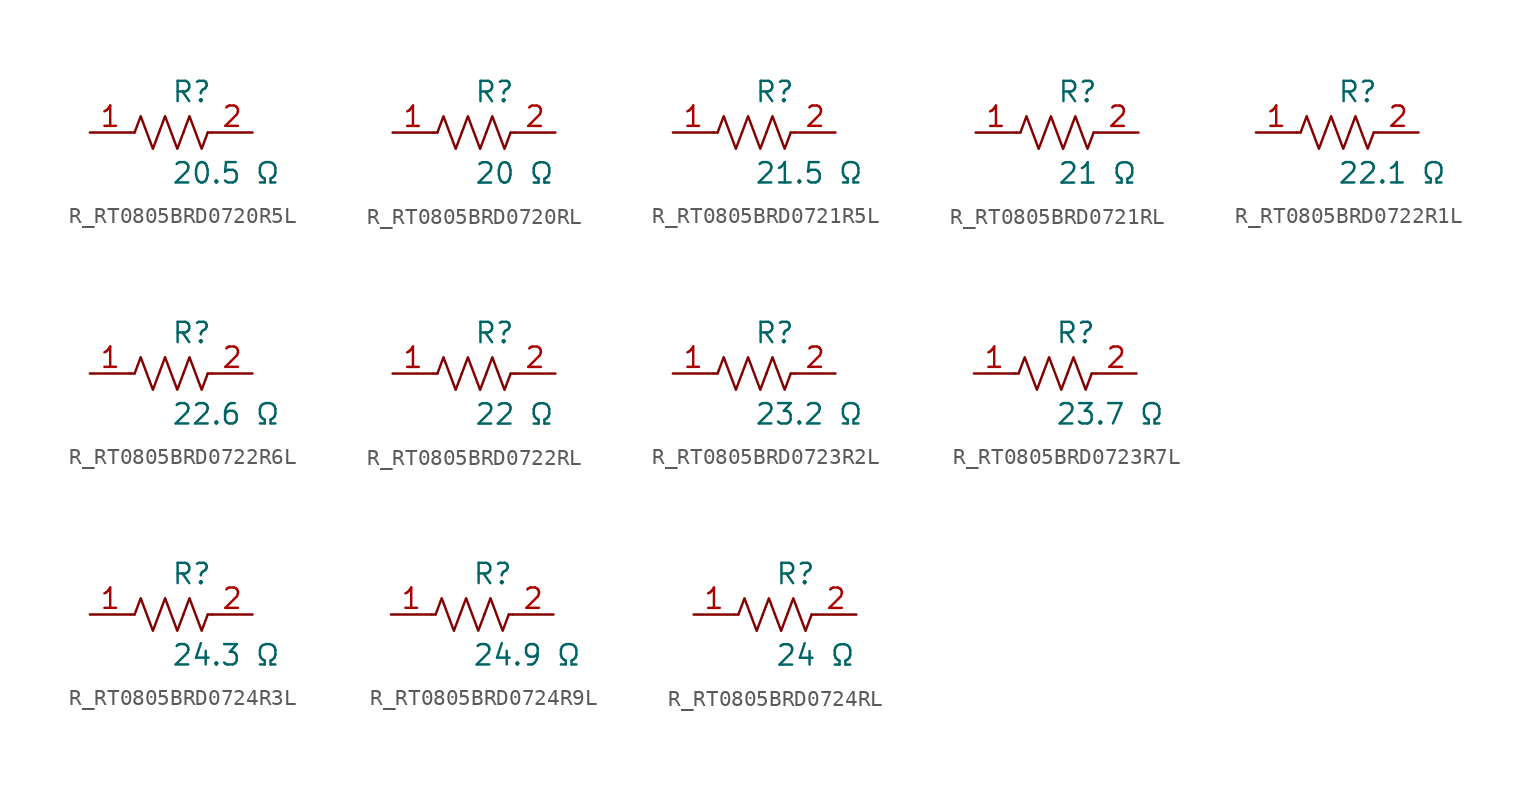
<source format=kicad_sym>
(kicad_symbol_lib
  (version 20231120)
  (generator kicad_symbol_editor)
  (generator_version 8.0)
  (symbol "R_RT0805BRD0720R5L"
    (pin_names
      (offset 0.254))
    (property "Reference" "R"
      (at 0.0 2.54 0)
      (effects (font (size 1.27 1.27)) (justify left)))
    (property "Value" "20.5 Ω"
      (at 0.0 -2.54 0)
      (effects (font (size 1.27 1.27)) (justify left)))
    (symbol "R_RT0805BRD0720R5L_0_1"
      (polyline (pts (xy 2.286 0) (xy 2.54 0)) (stroke (width 0) (type default)) (fill (type none)))
      (polyline (pts (xy -2.286 0) (xy -2.54 0)) (stroke (width 0) (type default)) (fill (type none)))
      (polyline (pts (xy 0.762 0) (xy 1.143 1.016) (xy 1.524 0) (xy 1.905 -1.016) (xy 2.286 0)) (stroke (width 0) (type default)) (fill (type none)))
      (polyline (pts (xy -0.762 0) (xy -0.381 1.016) (xy 0 0) (xy 0.381 -1.016) (xy 0.762 0)) (stroke (width 0) (type default)) (fill (type none)))
      (polyline (pts (xy -2.286 0) (xy -1.905 1.016) (xy -1.524 0) (xy -1.143 -1.016) (xy -0.762 0)) (stroke (width 0) (type default)) (fill (type none))))
    (pin unspecified line
      (at -5.08 0 0)
      (length 2.54)
      (name "" (effects (font (size 1.27 1.27))))
      (number "1" (effects (font (size 1.27 1.27)))))
    (pin unspecified line
      (at 5.08 0 180)
      (length 2.54)
      (name "" (effects (font (size 1.27 1.27))))
      (number "2" (effects (font (size 1.27 1.27))))))
  (symbol "R_RT0805BRD0720RL"
    (pin_names
      (offset 0.254))
    (property "Reference" "R"
      (at 0.0 2.54 0)
      (effects (font (size 1.27 1.27)) (justify left)))
    (property "Value" "20 Ω"
      (at 0.0 -2.54 0)
      (effects (font (size 1.27 1.27)) (justify left)))
    (symbol "R_RT0805BRD0720RL_0_1"
      (polyline (pts (xy 2.286 0) (xy 2.54 0)) (stroke (width 0) (type default)) (fill (type none)))
      (polyline (pts (xy -2.286 0) (xy -2.54 0)) (stroke (width 0) (type default)) (fill (type none)))
      (polyline (pts (xy 0.762 0) (xy 1.143 1.016) (xy 1.524 0) (xy 1.905 -1.016) (xy 2.286 0)) (stroke (width 0) (type default)) (fill (type none)))
      (polyline (pts (xy -0.762 0) (xy -0.381 1.016) (xy 0 0) (xy 0.381 -1.016) (xy 0.762 0)) (stroke (width 0) (type default)) (fill (type none)))
      (polyline (pts (xy -2.286 0) (xy -1.905 1.016) (xy -1.524 0) (xy -1.143 -1.016) (xy -0.762 0)) (stroke (width 0) (type default)) (fill (type none))))
    (pin unspecified line
      (at -5.08 0 0)
      (length 2.54)
      (name "" (effects (font (size 1.27 1.27))))
      (number "1" (effects (font (size 1.27 1.27)))))
    (pin unspecified line
      (at 5.08 0 180)
      (length 2.54)
      (name "" (effects (font (size 1.27 1.27))))
      (number "2" (effects (font (size 1.27 1.27))))))
  (symbol "R_RT0805BRD0721R5L"
    (pin_names
      (offset 0.254))
    (property "Reference" "R"
      (at 0.0 2.54 0)
      (effects (font (size 1.27 1.27)) (justify left)))
    (property "Value" "21.5 Ω"
      (at 0.0 -2.54 0)
      (effects (font (size 1.27 1.27)) (justify left)))
    (symbol "R_RT0805BRD0721R5L_0_1"
      (polyline (pts (xy 2.286 0) (xy 2.54 0)) (stroke (width 0) (type default)) (fill (type none)))
      (polyline (pts (xy -2.286 0) (xy -2.54 0)) (stroke (width 0) (type default)) (fill (type none)))
      (polyline (pts (xy 0.762 0) (xy 1.143 1.016) (xy 1.524 0) (xy 1.905 -1.016) (xy 2.286 0)) (stroke (width 0) (type default)) (fill (type none)))
      (polyline (pts (xy -0.762 0) (xy -0.381 1.016) (xy 0 0) (xy 0.381 -1.016) (xy 0.762 0)) (stroke (width 0) (type default)) (fill (type none)))
      (polyline (pts (xy -2.286 0) (xy -1.905 1.016) (xy -1.524 0) (xy -1.143 -1.016) (xy -0.762 0)) (stroke (width 0) (type default)) (fill (type none))))
    (pin unspecified line
      (at -5.08 0 0)
      (length 2.54)
      (name "" (effects (font (size 1.27 1.27))))
      (number "1" (effects (font (size 1.27 1.27)))))
    (pin unspecified line
      (at 5.08 0 180)
      (length 2.54)
      (name "" (effects (font (size 1.27 1.27))))
      (number "2" (effects (font (size 1.27 1.27))))))
  (symbol "R_RT0805BRD0721RL"
    (pin_names
      (offset 0.254))
    (property "Reference" "R"
      (at 0.0 2.54 0)
      (effects (font (size 1.27 1.27)) (justify left)))
    (property "Value" "21 Ω"
      (at 0.0 -2.54 0)
      (effects (font (size 1.27 1.27)) (justify left)))
    (symbol "R_RT0805BRD0721RL_0_1"
      (polyline (pts (xy 2.286 0) (xy 2.54 0)) (stroke (width 0) (type default)) (fill (type none)))
      (polyline (pts (xy -2.286 0) (xy -2.54 0)) (stroke (width 0) (type default)) (fill (type none)))
      (polyline (pts (xy 0.762 0) (xy 1.143 1.016) (xy 1.524 0) (xy 1.905 -1.016) (xy 2.286 0)) (stroke (width 0) (type default)) (fill (type none)))
      (polyline (pts (xy -0.762 0) (xy -0.381 1.016) (xy 0 0) (xy 0.381 -1.016) (xy 0.762 0)) (stroke (width 0) (type default)) (fill (type none)))
      (polyline (pts (xy -2.286 0) (xy -1.905 1.016) (xy -1.524 0) (xy -1.143 -1.016) (xy -0.762 0)) (stroke (width 0) (type default)) (fill (type none))))
    (pin unspecified line
      (at -5.08 0 0)
      (length 2.54)
      (name "" (effects (font (size 1.27 1.27))))
      (number "1" (effects (font (size 1.27 1.27)))))
    (pin unspecified line
      (at 5.08 0 180)
      (length 2.54)
      (name "" (effects (font (size 1.27 1.27))))
      (number "2" (effects (font (size 1.27 1.27))))))
  (symbol "R_RT0805BRD0722R1L"
    (pin_names
      (offset 0.254))
    (property "Reference" "R"
      (at 0.0 2.54 0)
      (effects (font (size 1.27 1.27)) (justify left)))
    (property "Value" "22.1 Ω"
      (at 0.0 -2.54 0)
      (effects (font (size 1.27 1.27)) (justify left)))
    (symbol "R_RT0805BRD0722R1L_0_1"
      (polyline (pts (xy 2.286 0) (xy 2.54 0)) (stroke (width 0) (type default)) (fill (type none)))
      (polyline (pts (xy -2.286 0) (xy -2.54 0)) (stroke (width 0) (type default)) (fill (type none)))
      (polyline (pts (xy 0.762 0) (xy 1.143 1.016) (xy 1.524 0) (xy 1.905 -1.016) (xy 2.286 0)) (stroke (width 0) (type default)) (fill (type none)))
      (polyline (pts (xy -0.762 0) (xy -0.381 1.016) (xy 0 0) (xy 0.381 -1.016) (xy 0.762 0)) (stroke (width 0) (type default)) (fill (type none)))
      (polyline (pts (xy -2.286 0) (xy -1.905 1.016) (xy -1.524 0) (xy -1.143 -1.016) (xy -0.762 0)) (stroke (width 0) (type default)) (fill (type none))))
    (pin unspecified line
      (at -5.08 0 0)
      (length 2.54)
      (name "" (effects (font (size 1.27 1.27))))
      (number "1" (effects (font (size 1.27 1.27)))))
    (pin unspecified line
      (at 5.08 0 180)
      (length 2.54)
      (name "" (effects (font (size 1.27 1.27))))
      (number "2" (effects (font (size 1.27 1.27))))))
  (symbol "R_RT0805BRD0722R6L"
    (pin_names
      (offset 0.254))
    (property "Reference" "R"
      (at 0.0 2.54 0)
      (effects (font (size 1.27 1.27)) (justify left)))
    (property "Value" "22.6 Ω"
      (at 0.0 -2.54 0)
      (effects (font (size 1.27 1.27)) (justify left)))
    (symbol "R_RT0805BRD0722R6L_0_1"
      (polyline (pts (xy 2.286 0) (xy 2.54 0)) (stroke (width 0) (type default)) (fill (type none)))
      (polyline (pts (xy -2.286 0) (xy -2.54 0)) (stroke (width 0) (type default)) (fill (type none)))
      (polyline (pts (xy 0.762 0) (xy 1.143 1.016) (xy 1.524 0) (xy 1.905 -1.016) (xy 2.286 0)) (stroke (width 0) (type default)) (fill (type none)))
      (polyline (pts (xy -0.762 0) (xy -0.381 1.016) (xy 0 0) (xy 0.381 -1.016) (xy 0.762 0)) (stroke (width 0) (type default)) (fill (type none)))
      (polyline (pts (xy -2.286 0) (xy -1.905 1.016) (xy -1.524 0) (xy -1.143 -1.016) (xy -0.762 0)) (stroke (width 0) (type default)) (fill (type none))))
    (pin unspecified line
      (at -5.08 0 0)
      (length 2.54)
      (name "" (effects (font (size 1.27 1.27))))
      (number "1" (effects (font (size 1.27 1.27)))))
    (pin unspecified line
      (at 5.08 0 180)
      (length 2.54)
      (name "" (effects (font (size 1.27 1.27))))
      (number "2" (effects (font (size 1.27 1.27))))))
  (symbol "R_RT0805BRD0722RL"
    (pin_names
      (offset 0.254))
    (property "Reference" "R"
      (at 0.0 2.54 0)
      (effects (font (size 1.27 1.27)) (justify left)))
    (property "Value" "22 Ω"
      (at 0.0 -2.54 0)
      (effects (font (size 1.27 1.27)) (justify left)))
    (symbol "R_RT0805BRD0722RL_0_1"
      (polyline (pts (xy 2.286 0) (xy 2.54 0)) (stroke (width 0) (type default)) (fill (type none)))
      (polyline (pts (xy -2.286 0) (xy -2.54 0)) (stroke (width 0) (type default)) (fill (type none)))
      (polyline (pts (xy 0.762 0) (xy 1.143 1.016) (xy 1.524 0) (xy 1.905 -1.016) (xy 2.286 0)) (stroke (width 0) (type default)) (fill (type none)))
      (polyline (pts (xy -0.762 0) (xy -0.381 1.016) (xy 0 0) (xy 0.381 -1.016) (xy 0.762 0)) (stroke (width 0) (type default)) (fill (type none)))
      (polyline (pts (xy -2.286 0) (xy -1.905 1.016) (xy -1.524 0) (xy -1.143 -1.016) (xy -0.762 0)) (stroke (width 0) (type default)) (fill (type none))))
    (pin unspecified line
      (at -5.08 0 0)
      (length 2.54)
      (name "" (effects (font (size 1.27 1.27))))
      (number "1" (effects (font (size 1.27 1.27)))))
    (pin unspecified line
      (at 5.08 0 180)
      (length 2.54)
      (name "" (effects (font (size 1.27 1.27))))
      (number "2" (effects (font (size 1.27 1.27))))))
  (symbol "R_RT0805BRD0723R2L"
    (pin_names
      (offset 0.254))
    (property "Reference" "R"
      (at 0.0 2.54 0)
      (effects (font (size 1.27 1.27)) (justify left)))
    (property "Value" "23.2 Ω"
      (at 0.0 -2.54 0)
      (effects (font (size 1.27 1.27)) (justify left)))
    (symbol "R_RT0805BRD0723R2L_0_1"
      (polyline (pts (xy 2.286 0) (xy 2.54 0)) (stroke (width 0) (type default)) (fill (type none)))
      (polyline (pts (xy -2.286 0) (xy -2.54 0)) (stroke (width 0) (type default)) (fill (type none)))
      (polyline (pts (xy 0.762 0) (xy 1.143 1.016) (xy 1.524 0) (xy 1.905 -1.016) (xy 2.286 0)) (stroke (width 0) (type default)) (fill (type none)))
      (polyline (pts (xy -0.762 0) (xy -0.381 1.016) (xy 0 0) (xy 0.381 -1.016) (xy 0.762 0)) (stroke (width 0) (type default)) (fill (type none)))
      (polyline (pts (xy -2.286 0) (xy -1.905 1.016) (xy -1.524 0) (xy -1.143 -1.016) (xy -0.762 0)) (stroke (width 0) (type default)) (fill (type none))))
    (pin unspecified line
      (at -5.08 0 0)
      (length 2.54)
      (name "" (effects (font (size 1.27 1.27))))
      (number "1" (effects (font (size 1.27 1.27)))))
    (pin unspecified line
      (at 5.08 0 180)
      (length 2.54)
      (name "" (effects (font (size 1.27 1.27))))
      (number "2" (effects (font (size 1.27 1.27))))))
  (symbol "R_RT0805BRD0723R7L"
    (pin_names
      (offset 0.254))
    (property "Reference" "R"
      (at 0.0 2.54 0)
      (effects (font (size 1.27 1.27)) (justify left)))
    (property "Value" "23.7 Ω"
      (at 0.0 -2.54 0)
      (effects (font (size 1.27 1.27)) (justify left)))
    (symbol "R_RT0805BRD0723R7L_0_1"
      (polyline (pts (xy 2.286 0) (xy 2.54 0)) (stroke (width 0) (type default)) (fill (type none)))
      (polyline (pts (xy -2.286 0) (xy -2.54 0)) (stroke (width 0) (type default)) (fill (type none)))
      (polyline (pts (xy 0.762 0) (xy 1.143 1.016) (xy 1.524 0) (xy 1.905 -1.016) (xy 2.286 0)) (stroke (width 0) (type default)) (fill (type none)))
      (polyline (pts (xy -0.762 0) (xy -0.381 1.016) (xy 0 0) (xy 0.381 -1.016) (xy 0.762 0)) (stroke (width 0) (type default)) (fill (type none)))
      (polyline (pts (xy -2.286 0) (xy -1.905 1.016) (xy -1.524 0) (xy -1.143 -1.016) (xy -0.762 0)) (stroke (width 0) (type default)) (fill (type none))))
    (pin unspecified line
      (at -5.08 0 0)
      (length 2.54)
      (name "" (effects (font (size 1.27 1.27))))
      (number "1" (effects (font (size 1.27 1.27)))))
    (pin unspecified line
      (at 5.08 0 180)
      (length 2.54)
      (name "" (effects (font (size 1.27 1.27))))
      (number "2" (effects (font (size 1.27 1.27))))))
  (symbol "R_RT0805BRD0724R3L"
    (pin_names
      (offset 0.254))
    (property "Reference" "R"
      (at 0.0 2.54 0)
      (effects (font (size 1.27 1.27)) (justify left)))
    (property "Value" "24.3 Ω"
      (at 0.0 -2.54 0)
      (effects (font (size 1.27 1.27)) (justify left)))
    (symbol "R_RT0805BRD0724R3L_0_1"
      (polyline (pts (xy 2.286 0) (xy 2.54 0)) (stroke (width 0) (type default)) (fill (type none)))
      (polyline (pts (xy -2.286 0) (xy -2.54 0)) (stroke (width 0) (type default)) (fill (type none)))
      (polyline (pts (xy 0.762 0) (xy 1.143 1.016) (xy 1.524 0) (xy 1.905 -1.016) (xy 2.286 0)) (stroke (width 0) (type default)) (fill (type none)))
      (polyline (pts (xy -0.762 0) (xy -0.381 1.016) (xy 0 0) (xy 0.381 -1.016) (xy 0.762 0)) (stroke (width 0) (type default)) (fill (type none)))
      (polyline (pts (xy -2.286 0) (xy -1.905 1.016) (xy -1.524 0) (xy -1.143 -1.016) (xy -0.762 0)) (stroke (width 0) (type default)) (fill (type none))))
    (pin unspecified line
      (at -5.08 0 0)
      (length 2.54)
      (name "" (effects (font (size 1.27 1.27))))
      (number "1" (effects (font (size 1.27 1.27)))))
    (pin unspecified line
      (at 5.08 0 180)
      (length 2.54)
      (name "" (effects (font (size 1.27 1.27))))
      (number "2" (effects (font (size 1.27 1.27))))))
  (symbol "R_RT0805BRD0724R9L"
    (pin_names
      (offset 0.254))
    (property "Reference" "R"
      (at 0.0 2.54 0)
      (effects (font (size 1.27 1.27)) (justify left)))
    (property "Value" "24.9 Ω"
      (at 0.0 -2.54 0)
      (effects (font (size 1.27 1.27)) (justify left)))
    (symbol "R_RT0805BRD0724R9L_0_1"
      (polyline (pts (xy 2.286 0) (xy 2.54 0)) (stroke (width 0) (type default)) (fill (type none)))
      (polyline (pts (xy -2.286 0) (xy -2.54 0)) (stroke (width 0) (type default)) (fill (type none)))
      (polyline (pts (xy 0.762 0) (xy 1.143 1.016) (xy 1.524 0) (xy 1.905 -1.016) (xy 2.286 0)) (stroke (width 0) (type default)) (fill (type none)))
      (polyline (pts (xy -0.762 0) (xy -0.381 1.016) (xy 0 0) (xy 0.381 -1.016) (xy 0.762 0)) (stroke (width 0) (type default)) (fill (type none)))
      (polyline (pts (xy -2.286 0) (xy -1.905 1.016) (xy -1.524 0) (xy -1.143 -1.016) (xy -0.762 0)) (stroke (width 0) (type default)) (fill (type none))))
    (pin unspecified line
      (at -5.08 0 0)
      (length 2.54)
      (name "" (effects (font (size 1.27 1.27))))
      (number "1" (effects (font (size 1.27 1.27)))))
    (pin unspecified line
      (at 5.08 0 180)
      (length 2.54)
      (name "" (effects (font (size 1.27 1.27))))
      (number "2" (effects (font (size 1.27 1.27))))))
  (symbol "R_RT0805BRD0724RL"
    (pin_names
      (offset 0.254))
    (property "Reference" "R"
      (at 0.0 2.54 0)
      (effects (font (size 1.27 1.27)) (justify left)))
    (property "Value" "24 Ω"
      (at 0.0 -2.54 0)
      (effects (font (size 1.27 1.27)) (justify left)))
    (symbol "R_RT0805BRD0724RL_0_1"
      (polyline (pts (xy 2.286 0) (xy 2.54 0)) (stroke (width 0) (type default)) (fill (type none)))
      (polyline (pts (xy -2.286 0) (xy -2.54 0)) (stroke (width 0) (type default)) (fill (type none)))
      (polyline (pts (xy 0.762 0) (xy 1.143 1.016) (xy 1.524 0) (xy 1.905 -1.016) (xy 2.286 0)) (stroke (width 0) (type default)) (fill (type none)))
      (polyline (pts (xy -0.762 0) (xy -0.381 1.016) (xy 0 0) (xy 0.381 -1.016) (xy 0.762 0)) (stroke (width 0) (type default)) (fill (type none)))
      (polyline (pts (xy -2.286 0) (xy -1.905 1.016) (xy -1.524 0) (xy -1.143 -1.016) (xy -0.762 0)) (stroke (width 0) (type default)) (fill (type none))))
    (pin unspecified line
      (at -5.08 0 0)
      (length 2.54)
      (name "" (effects (font (size 1.27 1.27))))
      (number "1" (effects (font (size 1.27 1.27)))))
    (pin unspecified line
      (at 5.08 0 180)
      (length 2.54)
      (name "" (effects (font (size 1.27 1.27))))
      (number "2" (effects (font (size 1.27 1.27)))))))
</source>
